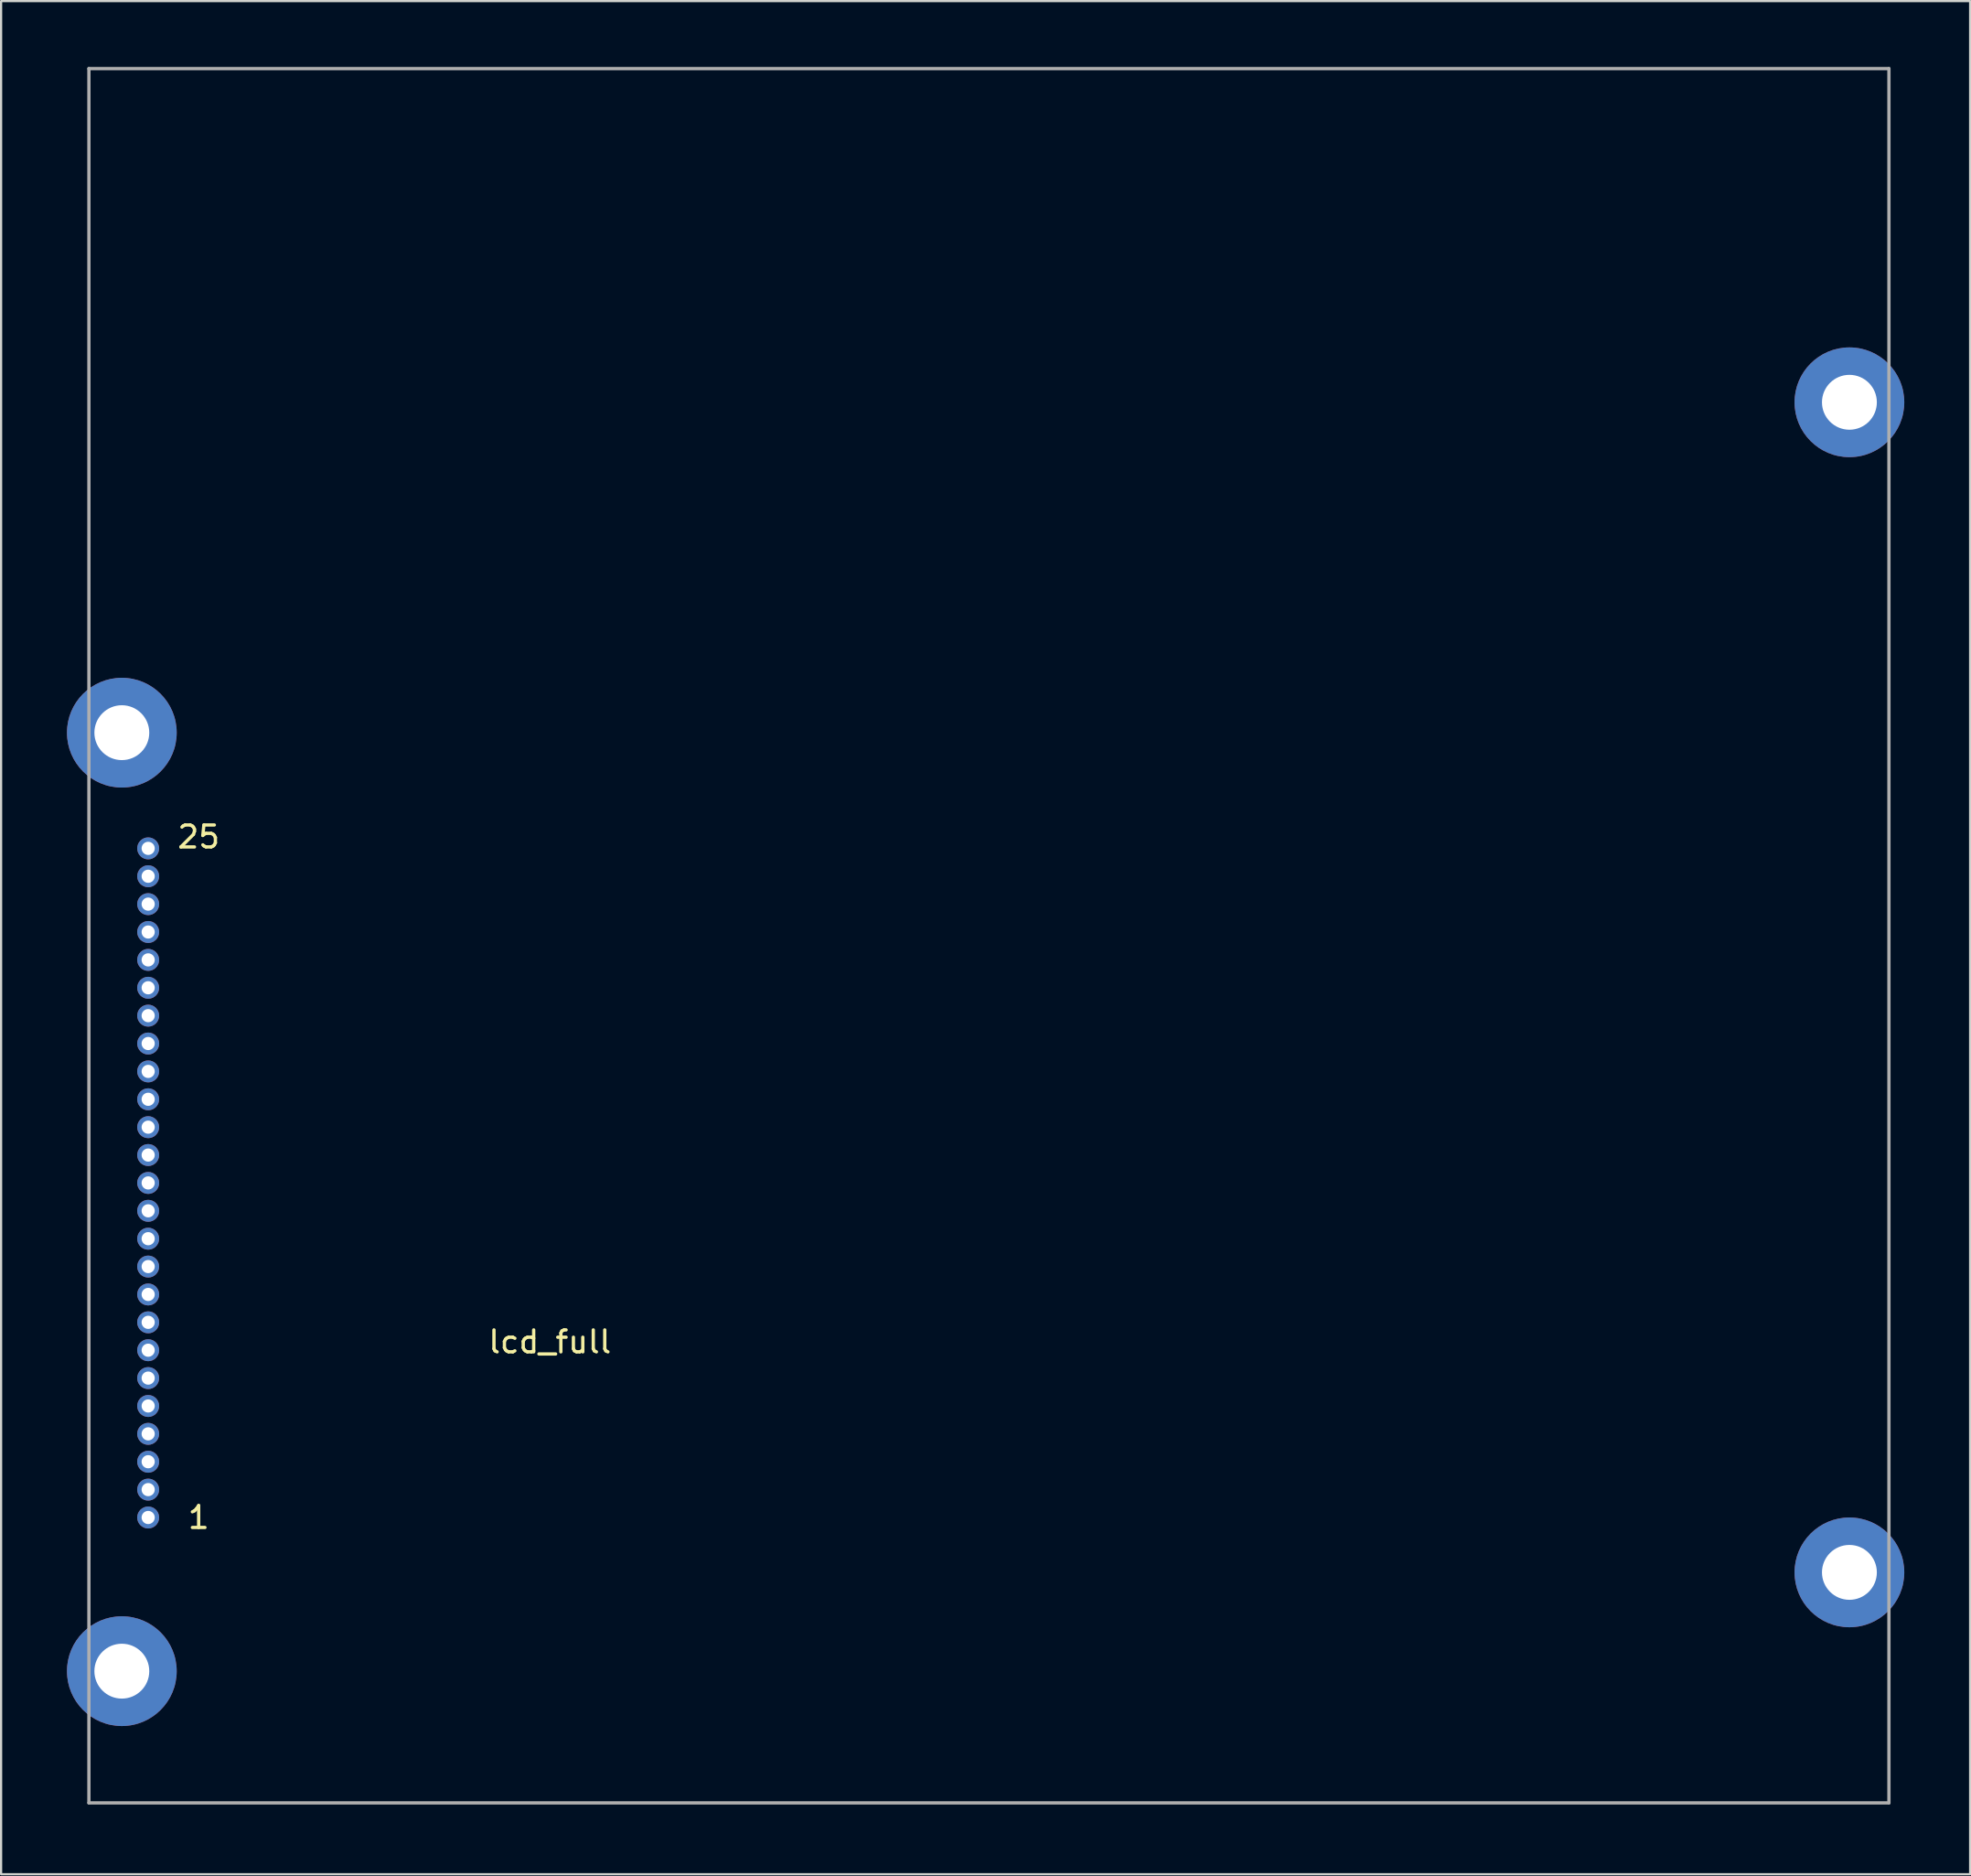
<source format=kicad_pcb>
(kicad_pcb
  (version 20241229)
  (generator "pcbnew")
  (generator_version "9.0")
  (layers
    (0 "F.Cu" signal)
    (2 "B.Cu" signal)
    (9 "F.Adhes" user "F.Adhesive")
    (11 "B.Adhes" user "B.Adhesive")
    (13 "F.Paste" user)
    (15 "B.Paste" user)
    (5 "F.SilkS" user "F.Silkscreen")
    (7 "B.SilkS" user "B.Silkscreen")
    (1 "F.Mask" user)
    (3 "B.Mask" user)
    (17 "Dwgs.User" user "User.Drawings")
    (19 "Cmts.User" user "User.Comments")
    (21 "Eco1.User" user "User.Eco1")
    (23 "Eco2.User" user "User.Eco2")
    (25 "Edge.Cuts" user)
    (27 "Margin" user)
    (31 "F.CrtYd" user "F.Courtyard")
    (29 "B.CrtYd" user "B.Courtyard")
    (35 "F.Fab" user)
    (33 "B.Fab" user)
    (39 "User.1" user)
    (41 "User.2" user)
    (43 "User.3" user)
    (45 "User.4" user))
  (footprint "lcd_full"
    (layer "F.Cu")
    (at 1 79.075)
    (property "Reference" "lcd_full" (at 21 -21 0) (layer "F.SilkS") (effects (font (size 1 1) (thickness 0.15))))
    (attr through_hole)
    (fp_line (start 0 -79) (end 82 -79) (stroke (width 0.15) (type solid)) (layer "F.Fab"))
    (fp_line (start 0 0) (end 0 -79) (stroke (width 0.15) (type solid)) (layer "F.Fab"))
    (fp_line (start 82 -79) (end 82 0) (stroke (width 0.15) (type solid)) (layer "F.Fab"))
    (fp_line (start 82 0) (end 0 0) (stroke (width 0.15) (type solid)) (layer "F.Fab"))
    (fp_text user "25" (at 5 -44 0) (layer "F.SilkS") (effects (font (size 1 1) (thickness 0.15))))
    (fp_text user "1" (at 5 -13 0) (layer "F.SilkS") (effects (font (size 1 1) (thickness 0.15))))
    (pad "" np_thru_hole circle (at 1.5 -48.75) (size 5 5) (drill 2.5) (layers "*.Cu" "*.Mask"))
    (pad "" np_thru_hole circle (at 1.5 -6) (size 5 5) (drill 2.5) (layers "*.Cu" "*.Mask"))
    (pad "" np_thru_hole circle (at 80.2 -63.8) (size 5 5) (drill 2.5) (layers "*.Cu" "*.Mask"))
    (pad "" np_thru_hole circle (at 80.2 -10.5) (size 5 5) (drill 2.5) (layers "*.Cu" "*.Mask"))
    (pad "1" thru_hole circle (at 2.7 -13) (size 1 1) (drill 0.6) (layers "*.Cu" "*.Mask"))
    (pad "2" thru_hole circle (at 2.7 -14.27) (size 1 1) (drill 0.6) (layers "*.Cu" "*.Mask"))
    (pad "3" thru_hole circle (at 2.7 -15.54) (size 1 1) (drill 0.6) (layers "*.Cu" "*.Mask"))
    (pad "4" thru_hole circle (at 2.7 -16.81) (size 1 1) (drill 0.6) (layers "*.Cu" "*.Mask"))
    (pad "5" thru_hole circle (at 2.7 -18.08) (size 1 1) (drill 0.6) (layers "*.Cu" "*.Mask"))
    (pad "6" thru_hole circle (at 2.7 -19.35) (size 1 1) (drill 0.6) (layers "*.Cu" "*.Mask"))
    (pad "7" thru_hole circle (at 2.7 -20.62) (size 1 1) (drill 0.6) (layers "*.Cu" "*.Mask"))
    (pad "8" thru_hole circle (at 2.7 -21.89) (size 1 1) (drill 0.6) (layers "*.Cu" "*.Mask"))
    (pad "9" thru_hole circle (at 2.7 -23.16) (size 1 1) (drill 0.6) (layers "*.Cu" "*.Mask"))
    (pad "10" thru_hole circle (at 2.7 -24.43) (size 1 1) (drill 0.6) (layers "*.Cu" "*.Mask"))
    (pad "11" thru_hole circle (at 2.7 -25.7) (size 1 1) (drill 0.6) (layers "*.Cu" "*.Mask"))
    (pad "12" thru_hole circle (at 2.7 -26.97) (size 1 1) (drill 0.6) (layers "*.Cu" "*.Mask"))
    (pad "13" thru_hole circle (at 2.7 -28.24) (size 1 1) (drill 0.6) (layers "*.Cu" "*.Mask"))
    (pad "14" thru_hole circle (at 2.7 -29.51) (size 1 1) (drill 0.6) (layers "*.Cu" "*.Mask"))
    (pad "15" thru_hole circle (at 2.7 -30.78) (size 1 1) (drill 0.6) (layers "*.Cu" "*.Mask"))
    (pad "16" thru_hole circle (at 2.7 -32.05) (size 1 1) (drill 0.6) (layers "*.Cu" "*.Mask"))
    (pad "17" thru_hole circle (at 2.7 -33.32) (size 1 1) (drill 0.6) (layers "*.Cu" "*.Mask"))
    (pad "18" thru_hole circle (at 2.7 -34.59) (size 1 1) (drill 0.6) (layers "*.Cu" "*.Mask"))
    (pad "19" thru_hole circle (at 2.7 -35.86) (size 1 1) (drill 0.6) (layers "*.Cu" "*.Mask"))
    (pad "20" thru_hole circle (at 2.7 -37.13) (size 1 1) (drill 0.6) (layers "*.Cu" "*.Mask"))
    (pad "21" thru_hole circle (at 2.7 -38.4) (size 1 1) (drill 0.6) (layers "*.Cu" "*.Mask"))
    (pad "22" thru_hole circle (at 2.7 -39.67) (size 1 1) (drill 0.6) (layers "*.Cu" "*.Mask"))
    (pad "23" thru_hole circle (at 2.7 -40.94) (size 1 1) (drill 0.6) (layers "*.Cu" "*.Mask"))
    (pad "24" thru_hole circle (at 2.7 -42.21) (size 1 1) (drill 0.6) (layers "*.Cu" "*.Mask"))
    (pad "25" thru_hole circle (at 2.7 -43.48) (size 1 1) (drill 0.6) (layers "*.Cu" "*.Mask")))
  (gr_rect
    (start -3 -3)
    (end 86.7 82.325)
    (stroke (width 0.1) (type default))
    (fill no)
    (layer "Edge.Cuts")))
</source>
